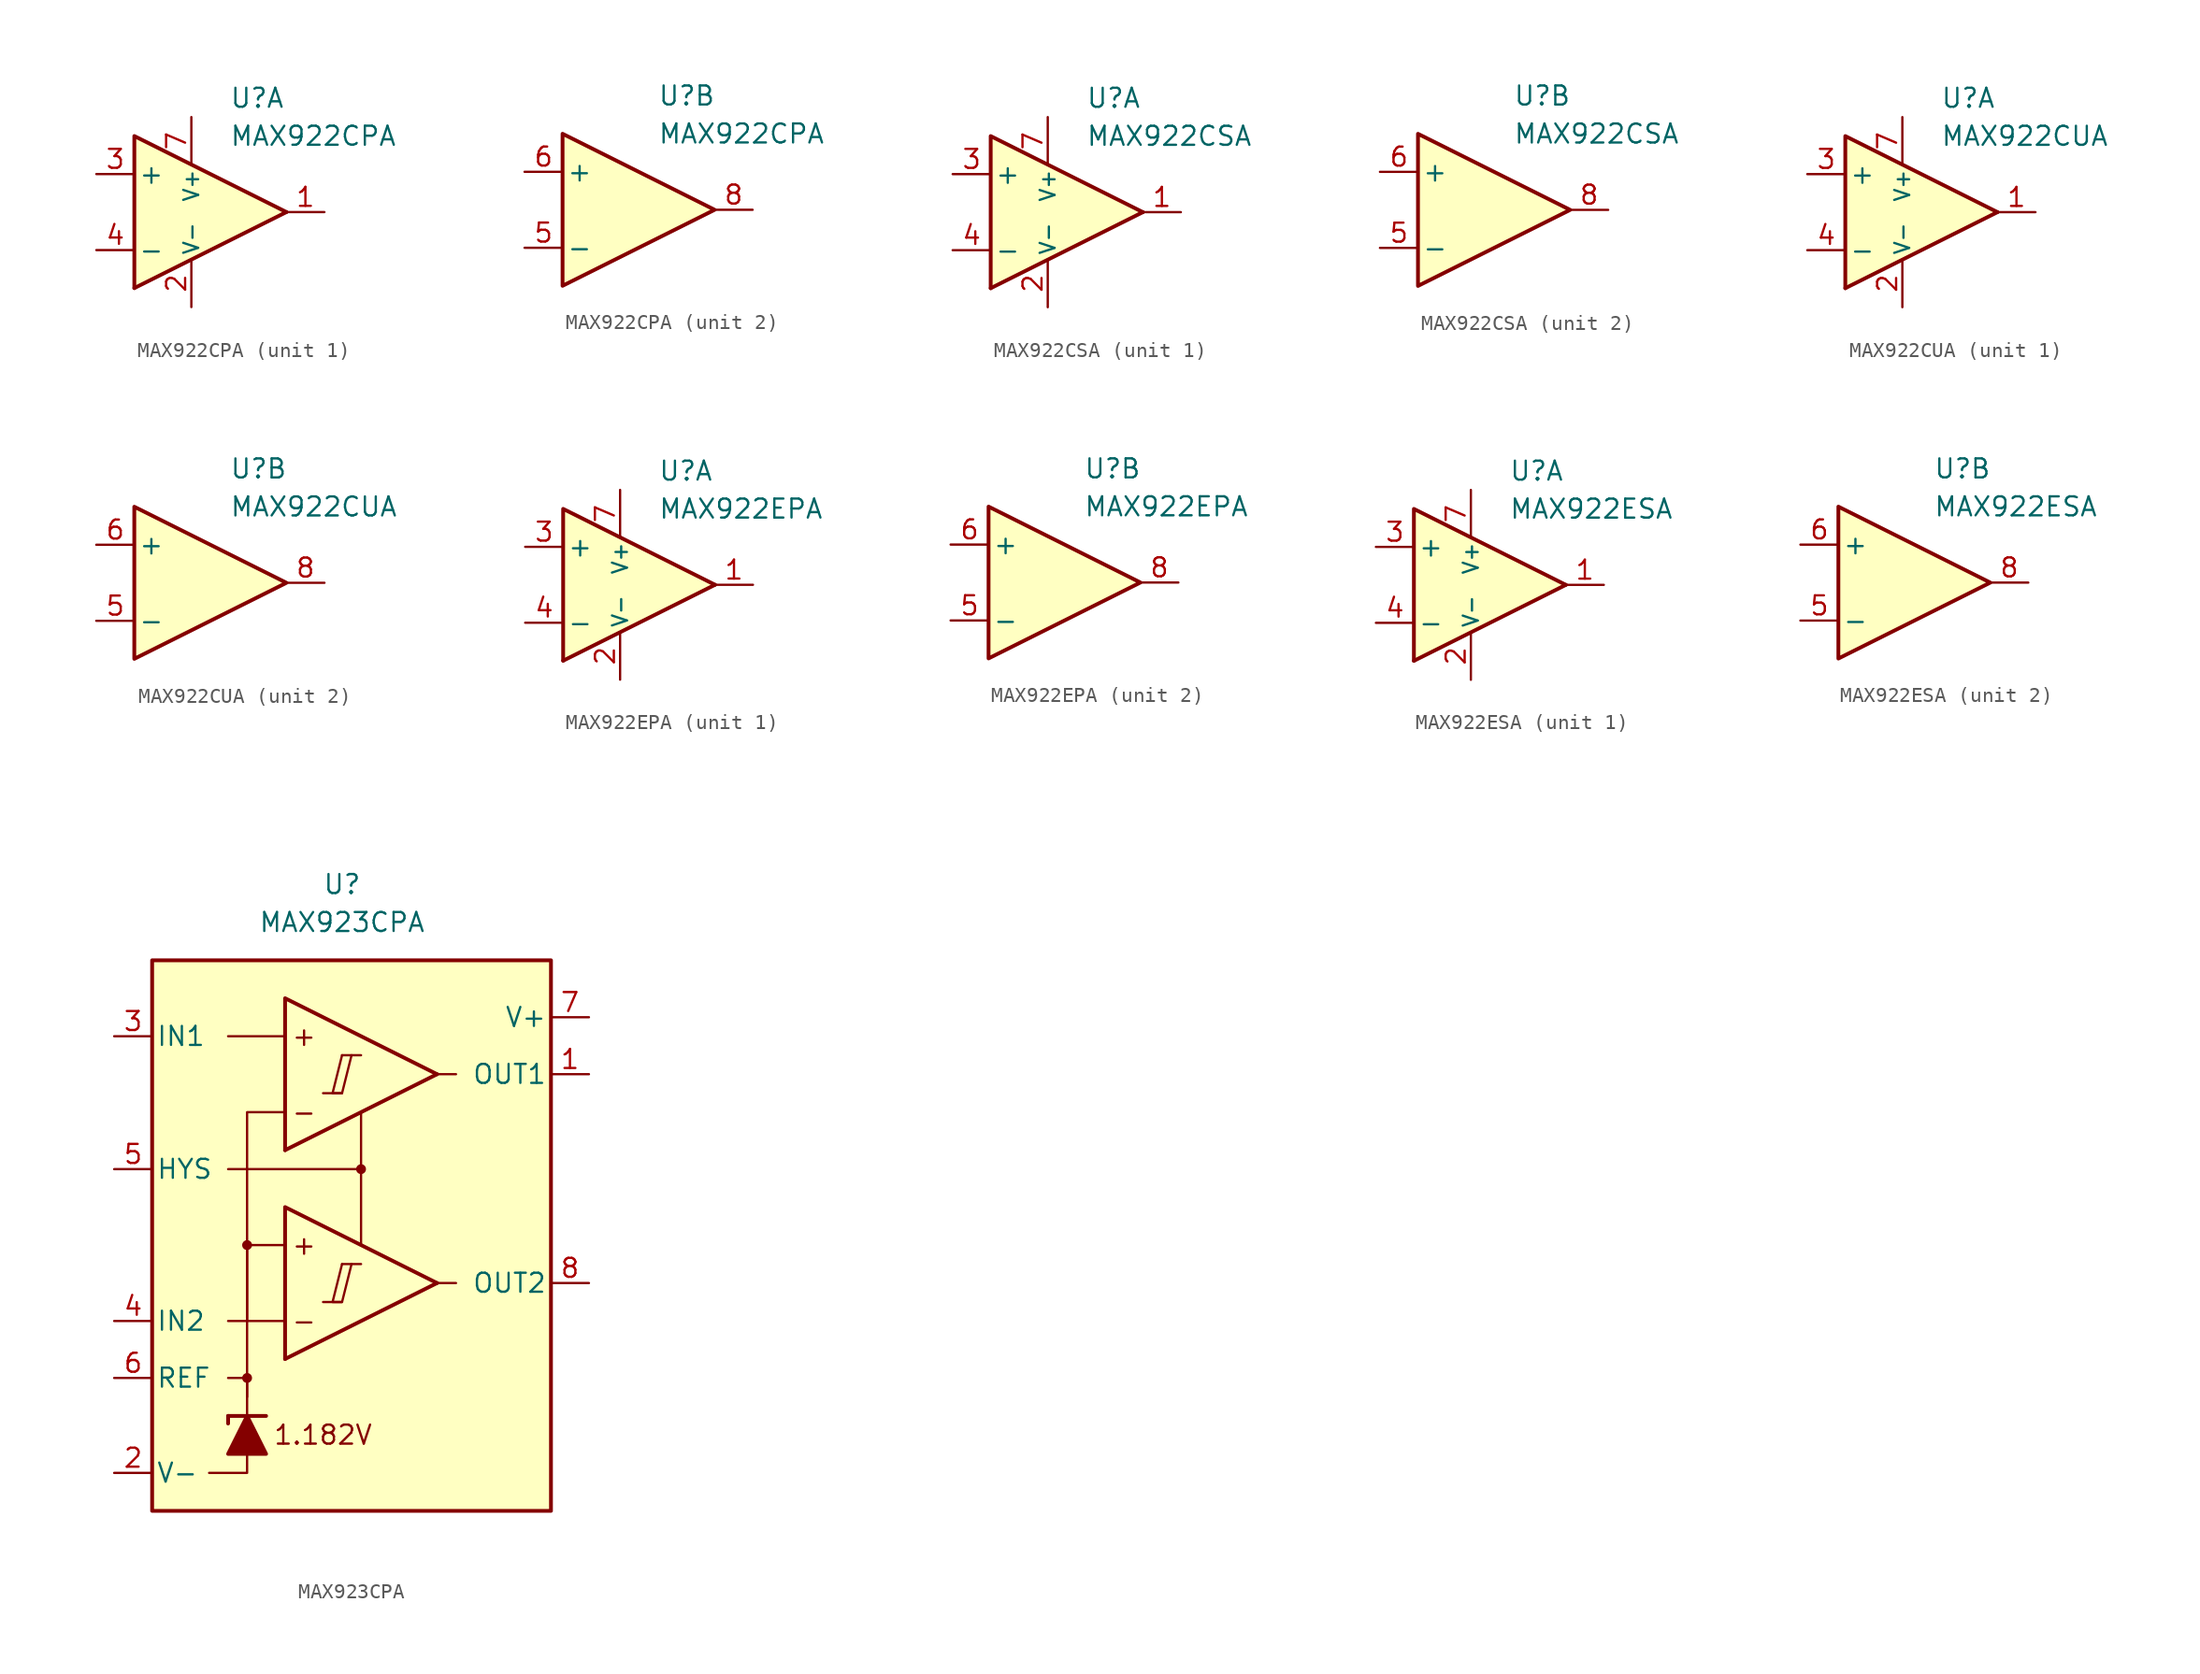
<source format=kicad_sym>
(kicad_symbol_lib
  (version 20231120)
  (generator "kicad_symbol_editor")
  (generator_version "8.0")
  (symbol "MAX922CPA"
    (pin_names
      (offset 0.254))
    (property "Reference" "U"
      (at 2.54 7.62 0)
      (effects (font (size 1.27 1.27)) (justify left)))
    (property "Value" "MAX922CPA"
      (at 2.54 5.08 0)
      (effects (font (size 1.27 1.27)) (justify left)))
    (property "ki_locked" ""
      (at 0 0 0)
      (effects (font (size 1.27 1.27))))
    (symbol "MAX922CPA_1_0"
      (polyline (pts (xy 6.35 0) (xy -3.81 -5.08)) (stroke (width 0.254) (type default)) (fill (type none)))
      (polyline (pts (xy 6.35 0) (xy -3.81 5.08) (xy -3.81 -5.08)) (stroke (width 0.254) (type default)) (fill (type background))))
    (symbol "MAX922CPA_1_1"
      (pin output line (at 8.89 0 180) (length 2.54) (name "~" (effects (font (size 1.27 1.27)))) (number "1" (effects (font (size 1.27 1.27)))))
      (pin power_in line (at 0 -6.35 90) (length 3.18) (name "V-" (effects (font (size 1 1)))) (number "2" (effects (font (size 1.27 1.27)))))
      (pin input line (at -6.35 2.54 0) (length 2.54) (name "+" (effects (font (size 1.27 1.27)))) (number "3" (effects (font (size 1.27 1.27)))))
      (pin input line (at -6.35 -2.54 0) (length 2.54) (name "-" (effects (font (size 1.27 1.27)))) (number "4" (effects (font (size 1.27 1.27)))))
      (pin power_in line (at 0 6.35 270) (length 3.18) (name "V+" (effects (font (size 1 1)))) (number "7" (effects (font (size 1.27 1.27))))))
    (symbol "MAX922CPA_2_0"
      (polyline (pts (xy 6.35 0) (xy -3.81 5.08) (xy -3.81 -5.08) (xy 6.35 0)) (stroke (width 0.254) (type default)) (fill (type background))))
    (symbol "MAX922CPA_2_1"
      (pin input line (at -6.35 -2.54 0) (length 2.54) (name "-" (effects (font (size 1.27 1.27)))) (number "5" (effects (font (size 1.27 1.27)))))
      (pin input line (at -6.35 2.54 0) (length 2.54) (name "+" (effects (font (size 1.27 1.27)))) (number "6" (effects (font (size 1.27 1.27)))))
      (pin output line (at 8.89 0 180) (length 2.54) (name "~" (effects (font (size 1.27 1.27)))) (number "8" (effects (font (size 1.27 1.27)))))))
  (symbol "MAX922CSA"
    (pin_names
      (offset 0.254))
    (property "Reference" "U"
      (at 2.54 7.62 0)
      (effects (font (size 1.27 1.27)) (justify left)))
    (property "Value" "MAX922CSA"
      (at 2.54 5.08 0)
      (effects (font (size 1.27 1.27)) (justify left)))
    (property "ki_locked" ""
      (at 0 0 0)
      (effects (font (size 1.27 1.27))))
    (symbol "MAX922CSA_1_0"
      (polyline (pts (xy 6.35 0) (xy -3.81 -5.08)) (stroke (width 0.254) (type default)) (fill (type none)))
      (polyline (pts (xy 6.35 0) (xy -3.81 5.08) (xy -3.81 -5.08)) (stroke (width 0.254) (type default)) (fill (type background))))
    (symbol "MAX922CSA_1_1"
      (pin output line (at 8.89 0 180) (length 2.54) (name "~" (effects (font (size 1.27 1.27)))) (number "1" (effects (font (size 1.27 1.27)))))
      (pin power_in line (at 0 -6.35 90) (length 3.18) (name "V-" (effects (font (size 1 1)))) (number "2" (effects (font (size 1.27 1.27)))))
      (pin input line (at -6.35 2.54 0) (length 2.54) (name "+" (effects (font (size 1.27 1.27)))) (number "3" (effects (font (size 1.27 1.27)))))
      (pin input line (at -6.35 -2.54 0) (length 2.54) (name "-" (effects (font (size 1.27 1.27)))) (number "4" (effects (font (size 1.27 1.27)))))
      (pin power_in line (at 0 6.35 270) (length 3.18) (name "V+" (effects (font (size 1 1)))) (number "7" (effects (font (size 1.27 1.27))))))
    (symbol "MAX922CSA_2_0"
      (polyline (pts (xy 6.35 0) (xy -3.81 5.08) (xy -3.81 -5.08) (xy 6.35 0)) (stroke (width 0.254) (type default)) (fill (type background))))
    (symbol "MAX922CSA_2_1"
      (pin input line (at -6.35 -2.54 0) (length 2.54) (name "-" (effects (font (size 1.27 1.27)))) (number "5" (effects (font (size 1.27 1.27)))))
      (pin input line (at -6.35 2.54 0) (length 2.54) (name "+" (effects (font (size 1.27 1.27)))) (number "6" (effects (font (size 1.27 1.27)))))
      (pin output line (at 8.89 0 180) (length 2.54) (name "~" (effects (font (size 1.27 1.27)))) (number "8" (effects (font (size 1.27 1.27)))))))
  (symbol "MAX922CUA"
    (pin_names
      (offset 0.254))
    (property "Reference" "U"
      (at 2.54 7.62 0)
      (effects (font (size 1.27 1.27)) (justify left)))
    (property "Value" "MAX922CUA"
      (at 2.54 5.08 0)
      (effects (font (size 1.27 1.27)) (justify left)))
    (property "ki_locked" ""
      (at 0 0 0)
      (effects (font (size 1.27 1.27))))
    (symbol "MAX922CUA_1_0"
      (polyline (pts (xy 6.35 0) (xy -3.81 -5.08)) (stroke (width 0.254) (type default)) (fill (type none)))
      (polyline (pts (xy 6.35 0) (xy -3.81 5.08) (xy -3.81 -5.08)) (stroke (width 0.254) (type default)) (fill (type background))))
    (symbol "MAX922CUA_1_1"
      (pin output line (at 8.89 0 180) (length 2.54) (name "~" (effects (font (size 1.27 1.27)))) (number "1" (effects (font (size 1.27 1.27)))))
      (pin power_in line (at 0 -6.35 90) (length 3.18) (name "V-" (effects (font (size 1 1)))) (number "2" (effects (font (size 1.27 1.27)))))
      (pin input line (at -6.35 2.54 0) (length 2.54) (name "+" (effects (font (size 1.27 1.27)))) (number "3" (effects (font (size 1.27 1.27)))))
      (pin input line (at -6.35 -2.54 0) (length 2.54) (name "-" (effects (font (size 1.27 1.27)))) (number "4" (effects (font (size 1.27 1.27)))))
      (pin power_in line (at 0 6.35 270) (length 3.18) (name "V+" (effects (font (size 1 1)))) (number "7" (effects (font (size 1.27 1.27))))))
    (symbol "MAX922CUA_2_0"
      (polyline (pts (xy 6.35 0) (xy -3.81 5.08) (xy -3.81 -5.08) (xy 6.35 0)) (stroke (width 0.254) (type default)) (fill (type background))))
    (symbol "MAX922CUA_2_1"
      (pin input line (at -6.35 -2.54 0) (length 2.54) (name "-" (effects (font (size 1.27 1.27)))) (number "5" (effects (font (size 1.27 1.27)))))
      (pin input line (at -6.35 2.54 0) (length 2.54) (name "+" (effects (font (size 1.27 1.27)))) (number "6" (effects (font (size 1.27 1.27)))))
      (pin output line (at 8.89 0 180) (length 2.54) (name "~" (effects (font (size 1.27 1.27)))) (number "8" (effects (font (size 1.27 1.27)))))))
  (symbol "MAX922EPA"
    (pin_names
      (offset 0.254))
    (property "Reference" "U"
      (at 2.54 7.62 0)
      (effects (font (size 1.27 1.27)) (justify left)))
    (property "Value" "MAX922EPA"
      (at 2.54 5.08 0)
      (effects (font (size 1.27 1.27)) (justify left)))
    (property "ki_locked" ""
      (at 0 0 0)
      (effects (font (size 1.27 1.27))))
    (symbol "MAX922EPA_1_0"
      (polyline (pts (xy 6.35 0) (xy -3.81 -5.08)) (stroke (width 0.254) (type default)) (fill (type none)))
      (polyline (pts (xy 6.35 0) (xy -3.81 5.08) (xy -3.81 -5.08)) (stroke (width 0.254) (type default)) (fill (type background))))
    (symbol "MAX922EPA_1_1"
      (pin output line (at 8.89 0 180) (length 2.54) (name "~" (effects (font (size 1.27 1.27)))) (number "1" (effects (font (size 1.27 1.27)))))
      (pin power_in line (at 0 -6.35 90) (length 3.18) (name "V-" (effects (font (size 1 1)))) (number "2" (effects (font (size 1.27 1.27)))))
      (pin input line (at -6.35 2.54 0) (length 2.54) (name "+" (effects (font (size 1.27 1.27)))) (number "3" (effects (font (size 1.27 1.27)))))
      (pin input line (at -6.35 -2.54 0) (length 2.54) (name "-" (effects (font (size 1.27 1.27)))) (number "4" (effects (font (size 1.27 1.27)))))
      (pin power_in line (at 0 6.35 270) (length 3.18) (name "V+" (effects (font (size 1 1)))) (number "7" (effects (font (size 1.27 1.27))))))
    (symbol "MAX922EPA_2_0"
      (polyline (pts (xy 6.35 0) (xy -3.81 5.08) (xy -3.81 -5.08) (xy 6.35 0)) (stroke (width 0.254) (type default)) (fill (type background))))
    (symbol "MAX922EPA_2_1"
      (pin input line (at -6.35 -2.54 0) (length 2.54) (name "-" (effects (font (size 1.27 1.27)))) (number "5" (effects (font (size 1.27 1.27)))))
      (pin input line (at -6.35 2.54 0) (length 2.54) (name "+" (effects (font (size 1.27 1.27)))) (number "6" (effects (font (size 1.27 1.27)))))
      (pin output line (at 8.89 0 180) (length 2.54) (name "~" (effects (font (size 1.27 1.27)))) (number "8" (effects (font (size 1.27 1.27)))))))
  (symbol "MAX922ESA"
    (pin_names
      (offset 0.254))
    (property "Reference" "U"
      (at 2.54 7.62 0)
      (effects (font (size 1.27 1.27)) (justify left)))
    (property "Value" "MAX922ESA"
      (at 2.54 5.08 0)
      (effects (font (size 1.27 1.27)) (justify left)))
    (property "ki_locked" ""
      (at 0 0 0)
      (effects (font (size 1.27 1.27))))
    (symbol "MAX922ESA_1_0"
      (polyline (pts (xy 6.35 0) (xy -3.81 -5.08)) (stroke (width 0.254) (type default)) (fill (type none)))
      (polyline (pts (xy 6.35 0) (xy -3.81 5.08) (xy -3.81 -5.08)) (stroke (width 0.254) (type default)) (fill (type background))))
    (symbol "MAX922ESA_1_1"
      (pin output line (at 8.89 0 180) (length 2.54) (name "~" (effects (font (size 1.27 1.27)))) (number "1" (effects (font (size 1.27 1.27)))))
      (pin power_in line (at 0 -6.35 90) (length 3.18) (name "V-" (effects (font (size 1 1)))) (number "2" (effects (font (size 1.27 1.27)))))
      (pin input line (at -6.35 2.54 0) (length 2.54) (name "+" (effects (font (size 1.27 1.27)))) (number "3" (effects (font (size 1.27 1.27)))))
      (pin input line (at -6.35 -2.54 0) (length 2.54) (name "-" (effects (font (size 1.27 1.27)))) (number "4" (effects (font (size 1.27 1.27)))))
      (pin power_in line (at 0 6.35 270) (length 3.18) (name "V+" (effects (font (size 1 1)))) (number "7" (effects (font (size 1.27 1.27))))))
    (symbol "MAX922ESA_2_0"
      (polyline (pts (xy 6.35 0) (xy -3.81 5.08) (xy -3.81 -5.08) (xy 6.35 0)) (stroke (width 0.254) (type default)) (fill (type background))))
    (symbol "MAX922ESA_2_1"
      (pin input line (at -6.35 -2.54 0) (length 2.54) (name "-" (effects (font (size 1.27 1.27)))) (number "5" (effects (font (size 1.27 1.27)))))
      (pin input line (at -6.35 2.54 0) (length 2.54) (name "+" (effects (font (size 1.27 1.27)))) (number "6" (effects (font (size 1.27 1.27)))))
      (pin output line (at 8.89 0 180) (length 2.54) (name "~" (effects (font (size 1.27 1.27)))) (number "8" (effects (font (size 1.27 1.27)))))))
  (symbol "MAX923CPA"
    (pin_names
      (offset 0.254))
    (property "Reference" "U"
      (at -1.27 22.86 0)
      (effects (font (size 1.27 1.27))))
    (property "Value" "MAX923CPA"
      (at -1.27 20.32 0)
      (effects (font (size 1.27 1.27))))
    (symbol "MAX923CPA_0_0"
      (rectangle (start -13.97 17.78) (end 12.7 -19.05) (stroke (width 0.254) (type default)) (fill (type background)))
      (circle (center -7.62 -10.16) (radius 0.254) (stroke (width 0.152) (type default)) (fill (type outline)))
      (circle (center -7.62 -1.27) (radius 0.254) (stroke (width 0.152) (type default)) (fill (type outline)))
      (polyline (pts (xy -2.54 -5.08) (xy -1.27 -5.08)) (stroke (width 0.152) (type default)) (fill (type none)))
      (polyline (pts (xy -2.54 8.89) (xy -1.27 8.89)) (stroke (width 0.152) (type default)) (fill (type none)))
      (polyline (pts (xy -1.27 -2.54) (xy 0 -2.54)) (stroke (width 0.152) (type default)) (fill (type none)))
      (polyline (pts (xy -1.27 11.43) (xy 0 11.43)) (stroke (width 0.152) (type default)) (fill (type none)))
      (polyline (pts (xy 5.08 -3.81) (xy -5.08 -8.89)) (stroke (width 0.254) (type default)) (fill (type none)))
      (polyline (pts (xy 5.08 10.16) (xy -5.08 5.08)) (stroke (width 0.254) (type default)) (fill (type none)))
      (polyline (pts (xy 5.08 -3.81) (xy -5.08 1.27) (xy -5.08 -8.89)) (stroke (width 0.254) (type default)) (fill (type background)))
      (polyline (pts (xy 5.08 10.16) (xy -5.08 15.24) (xy -5.08 5.08)) (stroke (width 0.254) (type default)) (fill (type background)))
      (polyline (pts (xy -1.27 -2.54) (xy -1.905 -5.08) (xy -1.27 -5.08) (xy -0.635 -2.54)) (stroke (width 0.152) (type default)) (fill (type none)))
      (polyline (pts (xy -1.27 11.43) (xy -1.905 8.89) (xy -1.27 8.89) (xy -0.635 11.43)) (stroke (width 0.152) (type default)) (fill (type none)))
      (circle (center 0 3.81) (radius 0.254) (stroke (width 0.152) (type default)) (fill (type outline)))
      (text "+" (at -3.81 -1.27 0) (effects (font (size 1.27 1.27))))
      (text "+" (at -3.81 12.7 0) (effects (font (size 1.27 1.27))))
      (text "-" (at -3.81 -6.35 0) (effects (font (size 1.27 1.27))))
      (text "-" (at -3.81 7.62 0) (effects (font (size 1.27 1.27))))
      (text "1.182V" (at -2.54 -13.97 0) (effects (font (size 1.27 1.27)))))
    (symbol "MAX923CPA_0_1"
      (polyline (pts (xy -8.89 -12.7) (xy -8.89 -13.208)) (stroke (width 0.254) (type default)) (fill (type none)))
      (polyline (pts (xy -8.89 -12.7) (xy -6.35 -12.7)) (stroke (width 0.254) (type default)) (fill (type none)))
      (polyline (pts (xy -5.08 -6.35) (xy -8.89 -6.35)) (stroke (width 0) (type default)) (fill (type none)))
      (polyline (pts (xy -5.08 12.7) (xy -8.89 12.7)) (stroke (width 0) (type default)) (fill (type none)))
      (polyline (pts (xy 0 3.81) (xy 0 -1.27)) (stroke (width 0) (type default)) (fill (type none)))
      (polyline (pts (xy 5.08 -3.81) (xy 6.35 -3.81)) (stroke (width 0) (type default)) (fill (type none)))
      (polyline (pts (xy 5.08 10.16) (xy 6.35 10.16)) (stroke (width 0) (type default)) (fill (type none)))
      (polyline (pts (xy -7.62 -15.24) (xy -7.62 -16.51) (xy -10.16 -16.51)) (stroke (width 0) (type default)) (fill (type none)))
      (polyline (pts (xy -7.62 -12.7) (xy -7.62 -10.16) (xy -8.89 -10.16)) (stroke (width 0) (type default)) (fill (type none)))
      (polyline (pts (xy -7.62 -11.43) (xy -7.62 -1.27) (xy -5.08 -1.27)) (stroke (width 0) (type default)) (fill (type none)))
      (polyline (pts (xy -7.62 -6.35) (xy -7.62 7.62) (xy -5.08 7.62)) (stroke (width 0) (type default)) (fill (type none)))
      (polyline (pts (xy 0 7.62) (xy 0 3.81) (xy -8.89 3.81)) (stroke (width 0) (type default)) (fill (type none)))
      (polyline (pts (xy -6.35 -15.24) (xy -8.89 -15.24) (xy -7.62 -12.7) (xy -6.35 -15.24)) (stroke (width 0.254) (type default)) (fill (type outline))))
    (symbol "MAX923CPA_1_1"
      (pin output line (at 15.24 10.16 180) (length 2.54) (name "OUT1" (effects (font (size 1.27 1.27)))) (number "1" (effects (font (size 1.27 1.27)))))
      (pin power_in line (at -16.51 -16.51 0) (length 2.54) (name "V-" (effects (font (size 1.27 1.27)))) (number "2" (effects (font (size 1.27 1.27)))))
      (pin input line (at -16.51 12.7 0) (length 2.54) (name "IN1" (effects (font (size 1.27 1.27)))) (number "3" (effects (font (size 1.27 1.27)))))
      (pin input line (at -16.51 -6.35 0) (length 2.54) (name "IN2" (effects (font (size 1.27 1.27)))) (number "4" (effects (font (size 1.27 1.27)))))
      (pin input line (at -16.51 3.81 0) (length 2.54) (name "HYS" (effects (font (size 1.27 1.27)))) (number "5" (effects (font (size 1.27 1.27)))))
      (pin output line (at -16.51 -10.16 0) (length 2.54) (name "REF" (effects (font (size 1.27 1.27)))) (number "6" (effects (font (size 1.27 1.27)))))
      (pin power_in line (at 15.24 13.97 180) (length 2.54) (name "V+" (effects (font (size 1.27 1.27)))) (number "7" (effects (font (size 1.27 1.27)))))
      (pin output line (at 15.24 -3.81 180) (length 2.54) (name "OUT2" (effects (font (size 1.27 1.27)))) (number "8" (effects (font (size 1.27 1.27))))))))
</source>
